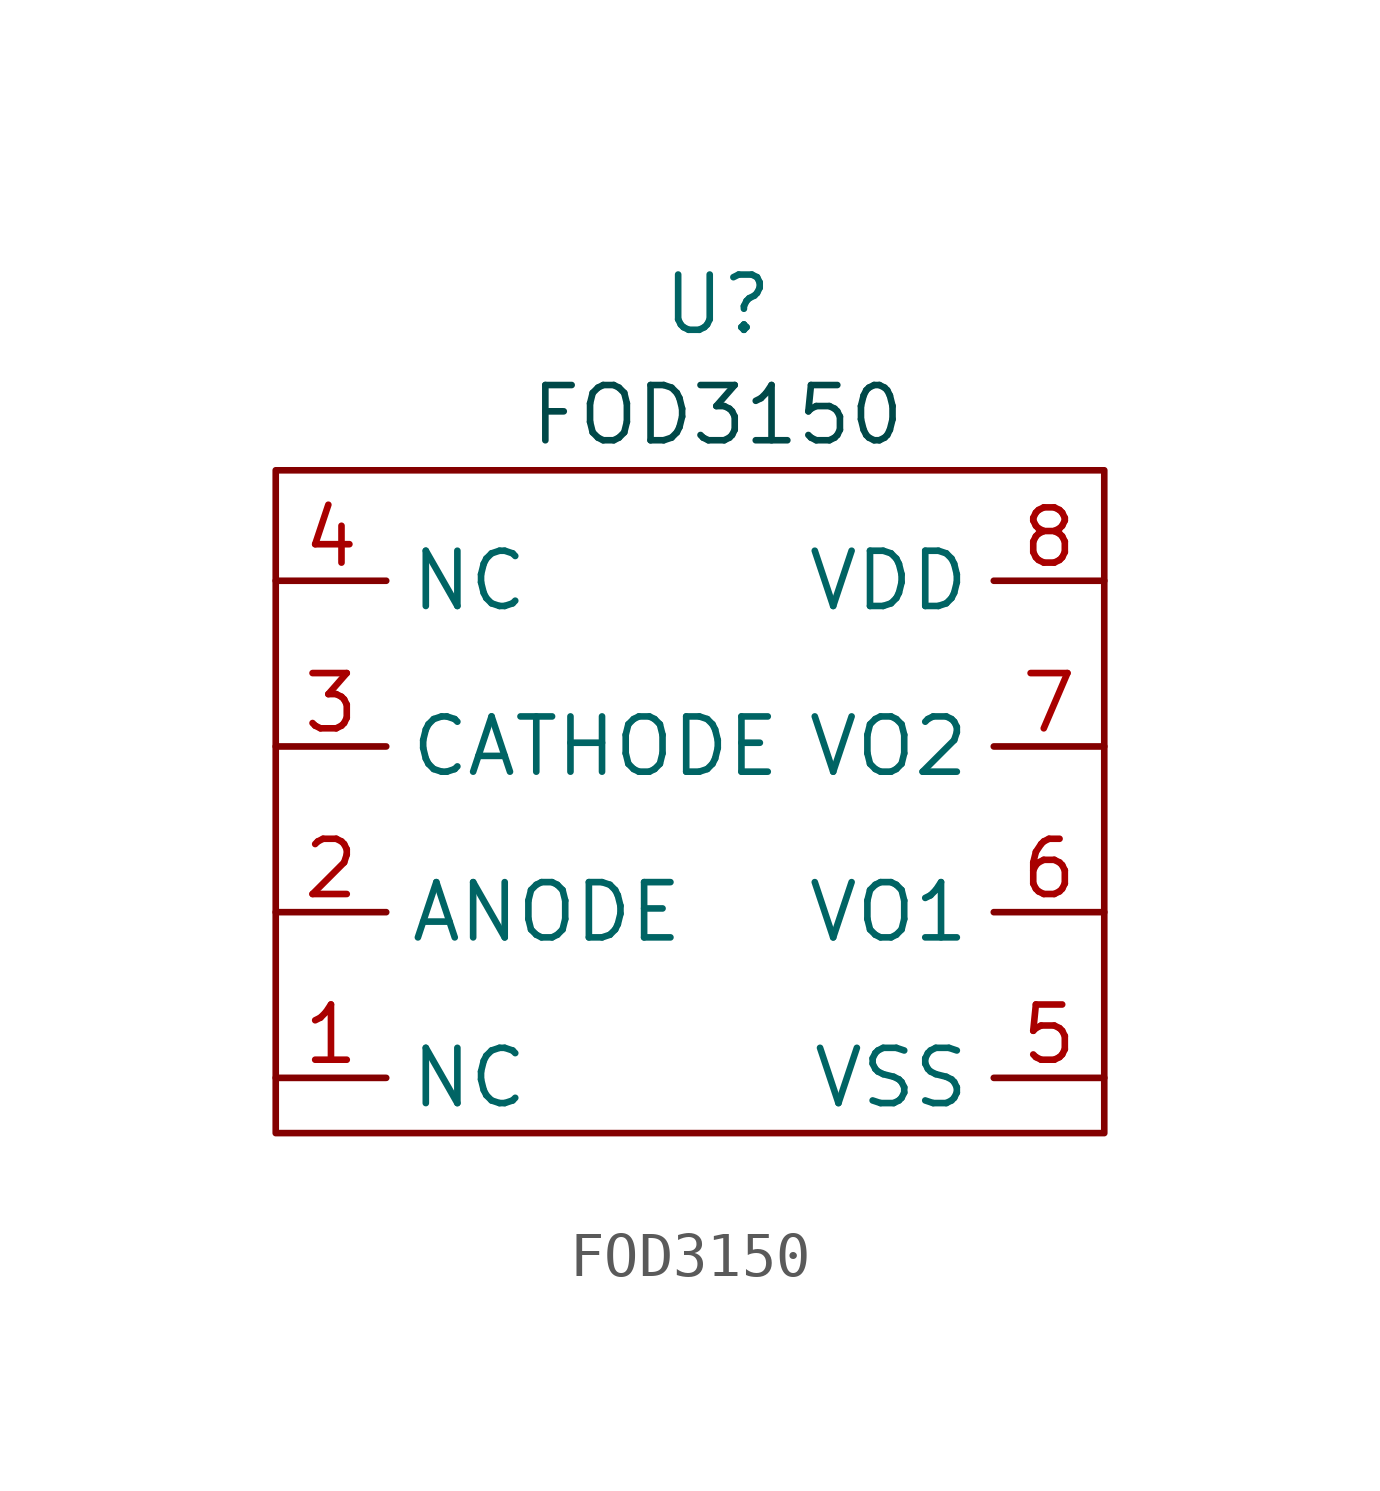
<source format=kicad_sym>
(kicad_symbol_lib
  (version 20220914)
  (generator kicad_symbol_editor)
  (symbol "FOD3150"
    (property "Reference" "U"
      (at 5.08 2.54 0)
      (effects (font (size 1.27 1.27))))
    (property "Value" ""
      (at 0 0 0)
      (effects (font (size 1.27 1.27))))
    (symbol "FOD3150_0_1"
      (rectangle (start -5.08 -1.27) (end 13.97 -16.51) (stroke (width 0) (type default)) (fill (type none))))
    (symbol "FOD3150_1_1"
      (text "FOD3150" (at 5.08 0 0) (effects (font (size 1.27 1.27) (color 0 72 72 1))))
      (pin input line (at -5.08 -15.24 0) (length 2.54) (name "NC" (effects (font (size 1.27 1.27)))) (number "1" (effects (font (size 1.27 1.27)))))
      (pin input line (at -5.08 -11.43 0) (length 2.54) (name "ANODE" (effects (font (size 1.27 1.27)))) (number "2" (effects (font (size 1.27 1.27)))))
      (pin input line (at -5.08 -7.62 0) (length 2.54) (name "CATHODE" (effects (font (size 1.27 1.27)))) (number "3" (effects (font (size 1.27 1.27)))))
      (pin input line (at -5.08 -3.81 0) (length 2.54) (name "NC" (effects (font (size 1.27 1.27)))) (number "4" (effects (font (size 1.27 1.27)))))
      (pin input line (at 13.97 -15.24 180) (length 2.54) (name "VSS" (effects (font (size 1.27 1.27)))) (number "5" (effects (font (size 1.27 1.27)))))
      (pin output line (at 13.97 -11.43 180) (length 2.54) (name "VO1" (effects (font (size 1.27 1.27)))) (number "6" (effects (font (size 1.27 1.27)))))
      (pin output line (at 13.97 -7.62 180) (length 2.54) (name "VO2" (effects (font (size 1.27 1.27)))) (number "7" (effects (font (size 1.27 1.27)))))
      (pin input line (at 13.97 -3.81 180) (length 2.54) (name "VDD" (effects (font (size 1.27 1.27)))) (number "8" (effects (font (size 1.27 1.27))))))))
</source>
